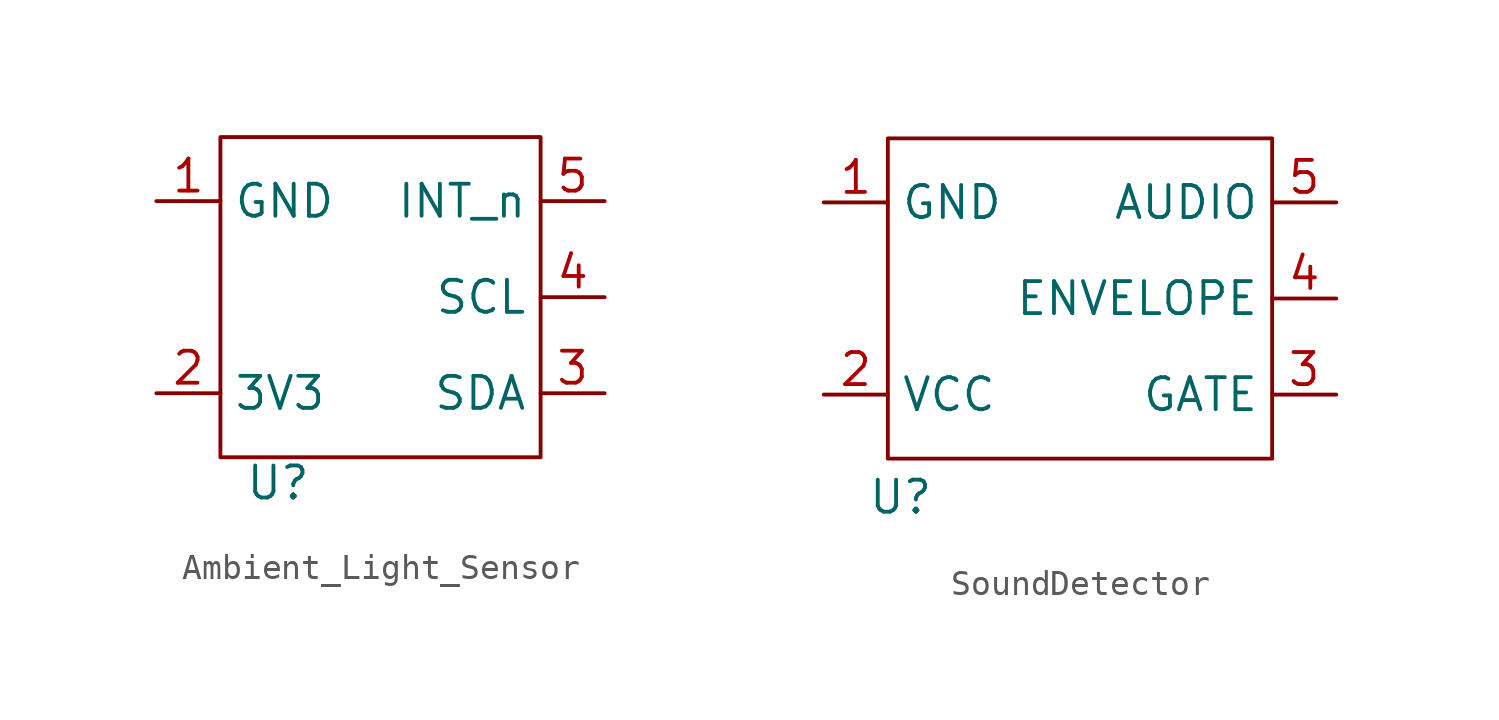
<source format=kicad_sym>
(kicad_symbol_lib
  (version 20241209)
  (generator "kicad_symbol_editor")
  (generator_version "9.0")
  (symbol "Ambient_Light_Sensor"
    (property "Reference" "U"
      (at -4.064 -7.366 0)
      (effects (font (size 1.27 1.27))))
    (property "Value" ""
      (at 0 0 0)
      (effects (font (size 1.27 1.27))))
    (symbol "Ambient_Light_Sensor_0_1"
      (rectangle (start -6.35 6.35) (end 6.35 -6.35) (stroke (width 0) (type default)) (fill (type none))))
    (symbol "Ambient_Light_Sensor_1_1"
      (pin power_in line (at -8.89 3.81 0) (length 2.54) (name "GND" (effects (font (size 1.27 1.27)))) (number "1" (effects (font (size 1.27 1.27)))))
      (pin power_in line (at -8.89 -3.81 0) (length 2.54) (name "3V3" (effects (font (size 1.27 1.27)))) (number "2" (effects (font (size 1.27 1.27)))))
      (pin output line (at 8.89 3.81 180) (length 2.54) (name "INT_n" (effects (font (size 1.27 1.27)))) (number "5" (effects (font (size 1.27 1.27)))))
      (pin bidirectional line (at 8.89 0 180) (length 2.54) (name "SCL" (effects (font (size 1.27 1.27)))) (number "4" (effects (font (size 1.27 1.27)))))
      (pin bidirectional line (at 8.89 -3.81 180) (length 2.54) (name "SDA" (effects (font (size 1.27 1.27)))) (number "3" (effects (font (size 1.27 1.27)))))))
  (symbol "SoundDetector"
    (property "Reference" "U"
      (at -7.112 -7.874 0)
      (effects (font (size 1.27 1.27))))
    (property "Value" ""
      (at 0 0 0)
      (effects (font (size 1.27 1.27))))
    (symbol "SoundDetector_0_1"
      (rectangle (start -7.62 6.35) (end 7.62 -6.35) (stroke (width 0) (type default)) (fill (type none))))
    (symbol "SoundDetector_1_1"
      (pin power_in line (at -10.16 3.81 0) (length 2.54) (name "GND" (effects (font (size 1.27 1.27)))) (number "1" (effects (font (size 1.27 1.27)))))
      (pin power_in line (at -10.16 -3.81 0) (length 2.54) (name "VCC" (effects (font (size 1.27 1.27)))) (number "2" (effects (font (size 1.27 1.27)))))
      (pin output line (at 10.16 3.81 180) (length 2.54) (name "AUDIO" (effects (font (size 1.27 1.27)))) (number "5" (effects (font (size 1.27 1.27)))))
      (pin output line (at 10.16 0 180) (length 2.54) (name "ENVELOPE" (effects (font (size 1.27 1.27)))) (number "4" (effects (font (size 1.27 1.27)))))
      (pin output line (at 10.16 -3.81 180) (length 2.54) (name "GATE" (effects (font (size 1.27 1.27)))) (number "3" (effects (font (size 1.27 1.27))))))))
</source>
